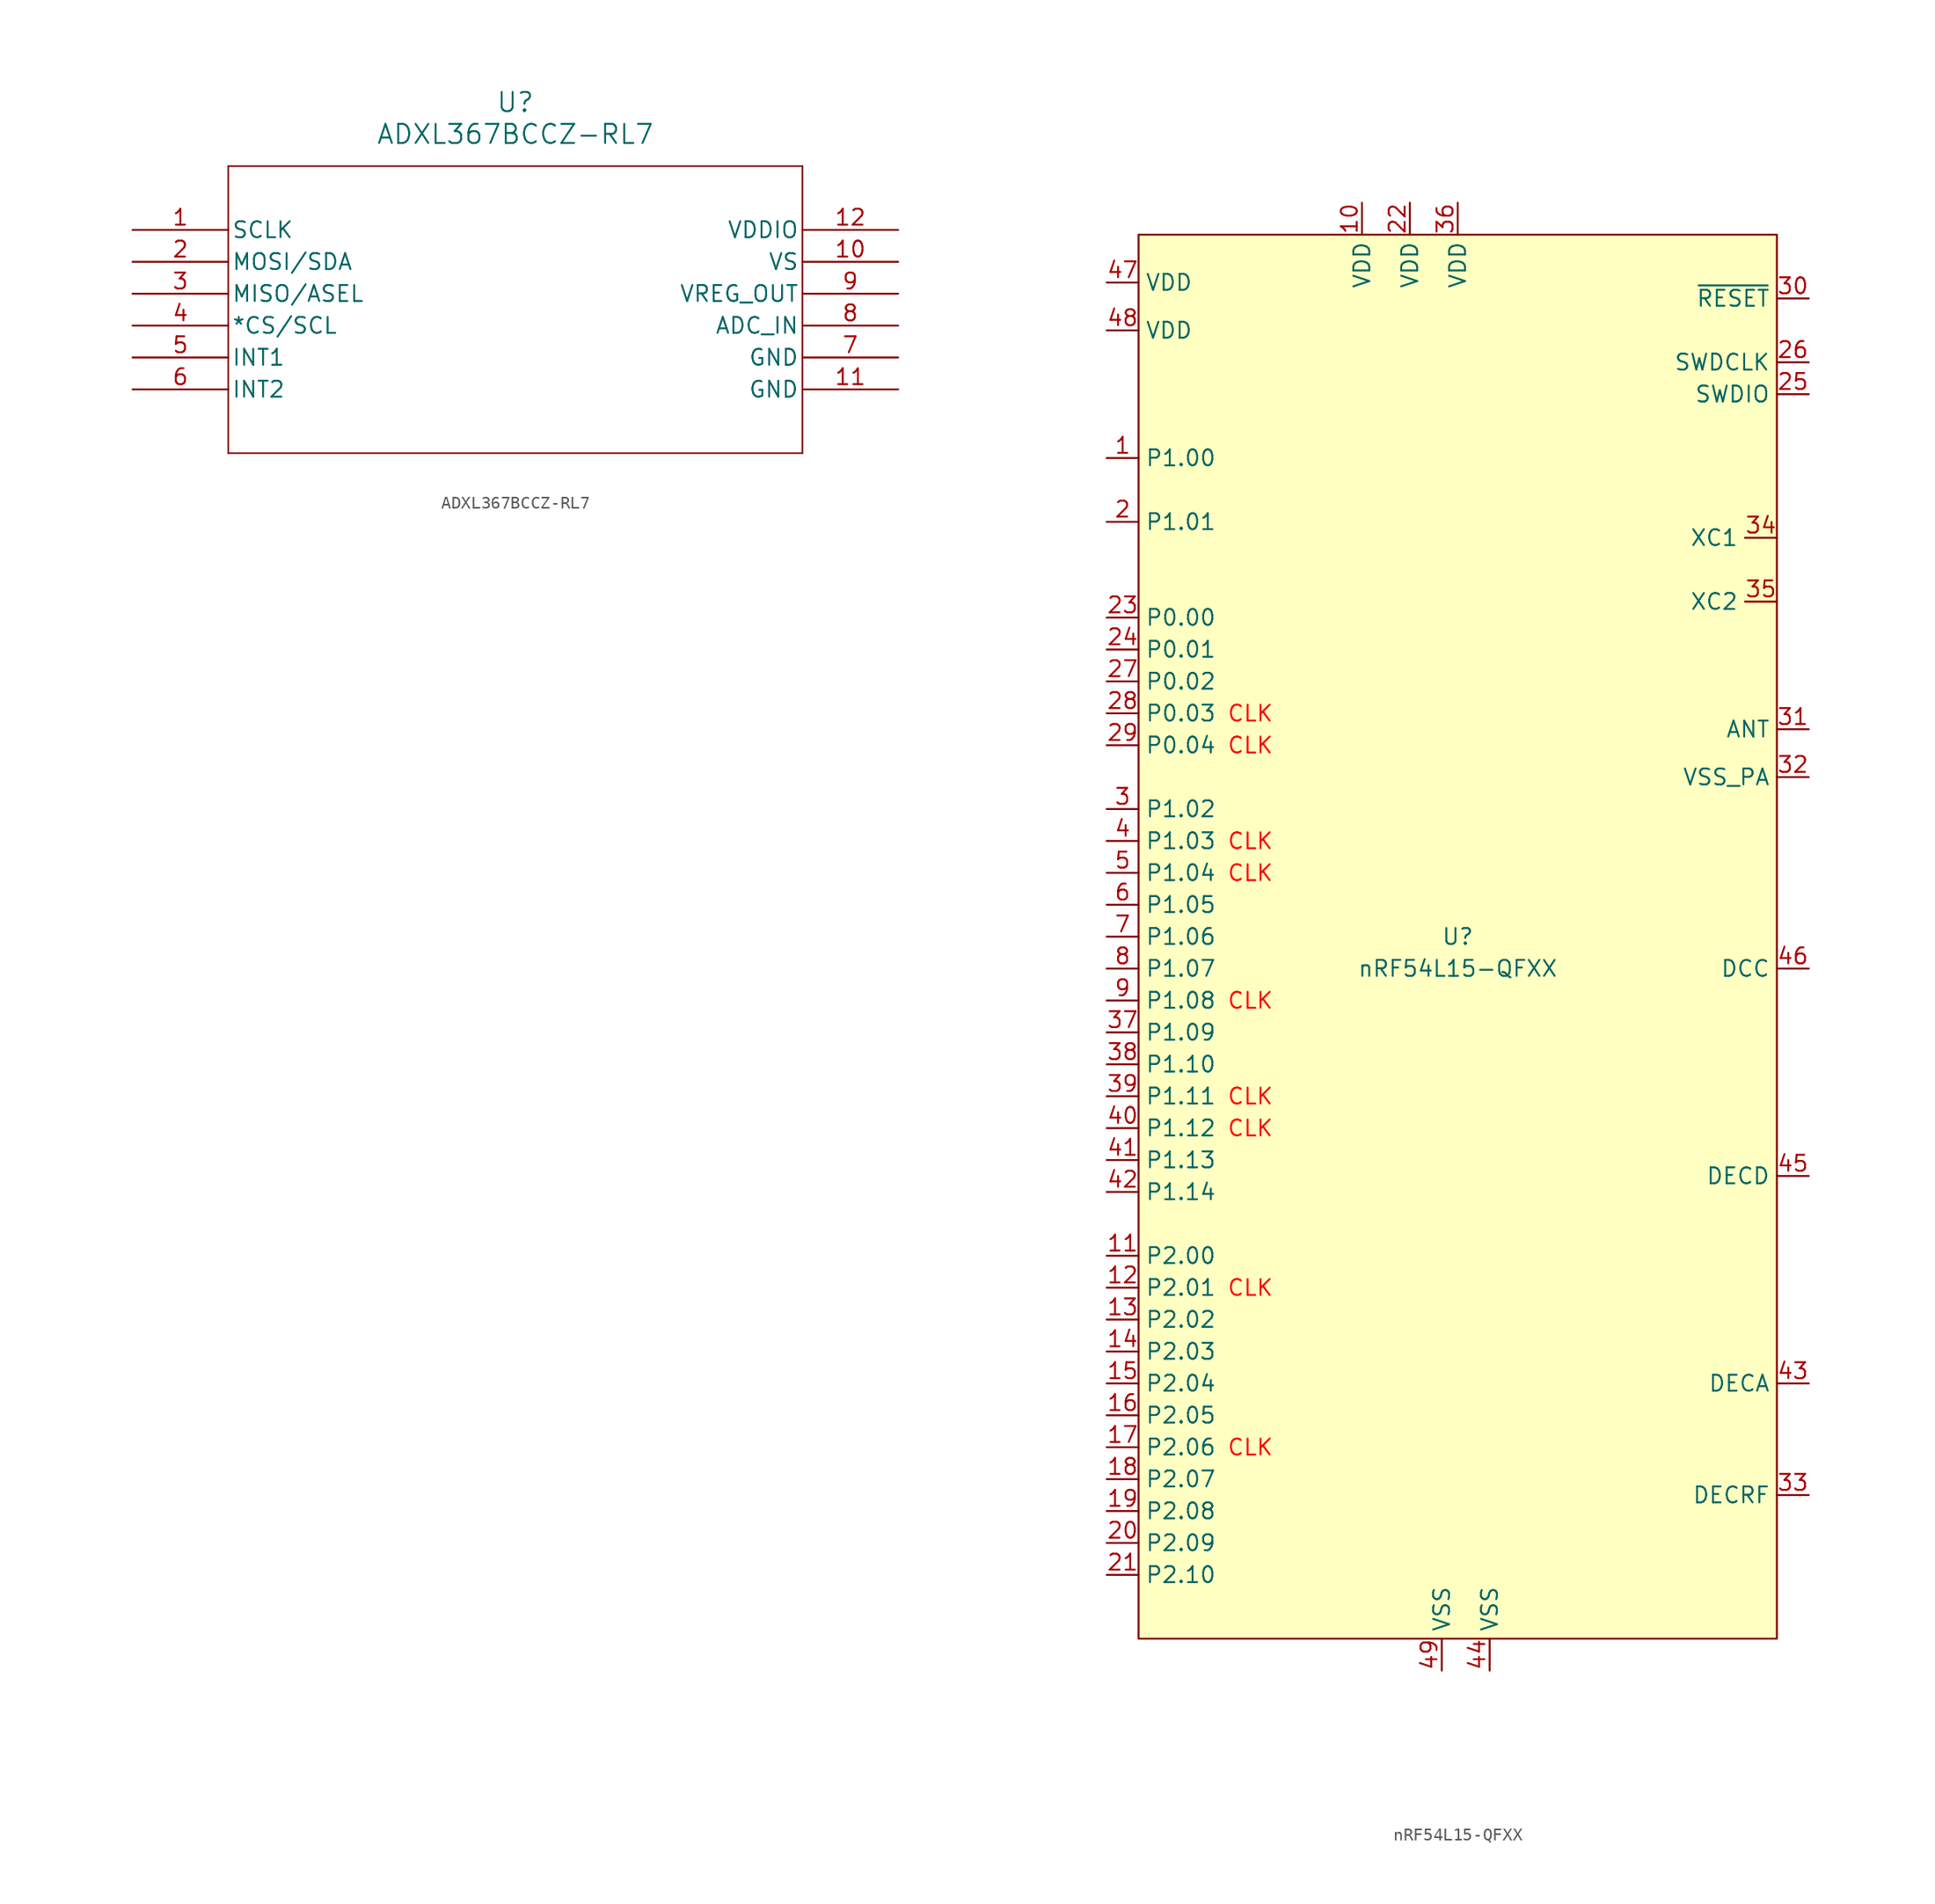
<source format=kicad_sym>
(kicad_symbol_lib
  (version 20231120)
  (generator "kicad_symbol_editor")
  (generator_version "8.0")
  (symbol "ADXL367BCCZ-RL7"
    (pin_names
      (offset 0.254))
    (property "Reference" "U"
      (at 30.48 10.16 0)
      (effects (font (size 1.524 1.524))))
    (property "Value" "ADXL367BCCZ-RL7"
      (at 30.48 7.62 0)
      (effects (font (size 1.524 1.524))))
    (property "ki_locked" ""
      (at 0 0 0)
      (effects (font (size 1.27 1.27))))
    (symbol "ADXL367BCCZ-RL7_0_1"
      (polyline (pts (xy 7.62 -17.78) (xy 53.34 -17.78)) (stroke (width 0.127) (type default)) (fill (type none)))
      (polyline (pts (xy 7.62 5.08) (xy 7.62 -17.78)) (stroke (width 0.127) (type default)) (fill (type none)))
      (polyline (pts (xy 53.34 -17.78) (xy 53.34 5.08)) (stroke (width 0.127) (type default)) (fill (type none)))
      (polyline (pts (xy 53.34 5.08) (xy 7.62 5.08)) (stroke (width 0.127) (type default)) (fill (type none)))
      (pin input line (at 0 0 0) (length 7.62) (name "SCLK" (effects (font (size 1.27 1.27)))) (number "1" (effects (font (size 1.27 1.27)))))
      (pin power_in line (at 60.96 -2.54 180) (length 7.62) (name "VS" (effects (font (size 1.27 1.27)))) (number "10" (effects (font (size 1.27 1.27)))))
      (pin power_out line (at 60.96 -12.7 180) (length 7.62) (name "GND" (effects (font (size 1.27 1.27)))) (number "11" (effects (font (size 1.27 1.27)))))
      (pin power_in line (at 60.96 0 180) (length 7.62) (name "VDDIO" (effects (font (size 1.27 1.27)))) (number "12" (effects (font (size 1.27 1.27)))))
      (pin output line (at 0 -2.54 0) (length 7.62) (name "MOSI/SDA" (effects (font (size 1.27 1.27)))) (number "2" (effects (font (size 1.27 1.27)))))
      (pin input line (at 0 -5.08 0) (length 7.62) (name "MISO/ASEL" (effects (font (size 1.27 1.27)))) (number "3" (effects (font (size 1.27 1.27)))))
      (pin input line (at 0 -7.62 0) (length 7.62) (name "*CS/SCL" (effects (font (size 1.27 1.27)))) (number "4" (effects (font (size 1.27 1.27)))))
      (pin output line (at 0 -10.16 0) (length 7.62) (name "INT1" (effects (font (size 1.27 1.27)))) (number "5" (effects (font (size 1.27 1.27)))))
      (pin output line (at 0 -12.7 0) (length 7.62) (name "INT2" (effects (font (size 1.27 1.27)))) (number "6" (effects (font (size 1.27 1.27)))))
      (pin power_out line (at 60.96 -10.16 180) (length 7.62) (name "GND" (effects (font (size 1.27 1.27)))) (number "7" (effects (font (size 1.27 1.27)))))
      (pin input line (at 60.96 -7.62 180) (length 7.62) (name "ADC_IN" (effects (font (size 1.27 1.27)))) (number "8" (effects (font (size 1.27 1.27)))))
      (pin output line (at 60.96 -5.08 180) (length 7.62) (name "VREG_OUT" (effects (font (size 1.27 1.27)))) (number "9" (effects (font (size 1.27 1.27)))))))
  (symbol "nRF54L15-QFXX"
    (property "Reference" "U"
      (at 0 0 0)
      (do_not_autoplace)
      (effects (font (size 1.27 1.27))))
    (property "Value" "nRF54L15-QFXX"
      (at 0 -2.54 0)
      (do_not_autoplace)
      (effects (font (size 1.27 1.27))))
    (symbol "nRF54L15-QFXX_0_0"
      (pin bidirectional line (at -27.94 25.4 0) (length 2.54) (name "P0.00" (effects (font (size 1.27 1.27)))) (number "23" (effects (font (size 1.27 1.27)))))
      (pin bidirectional line (at -27.94 22.86 0) (length 2.54) (name "P0.01" (effects (font (size 1.27 1.27)))) (number "24" (effects (font (size 1.27 1.27)))))
      (pin bidirectional line (at 27.94 43.18 180) (length 2.54) (name "SWDIO" (effects (font (size 1.27 1.27)))) (number "25" (effects (font (size 1.27 1.27)))))
      (pin bidirectional line (at -27.94 20.32 0) (length 2.54) (name "P0.02" (effects (font (size 1.27 1.27)))) (number "27" (effects (font (size 1.27 1.27)))))
      (pin input line (at 27.94 50.8 180) (length 2.54) (name "~{RESET}" (effects (font (size 1.27 1.27)))) (number "30" (effects (font (size 1.27 1.27)))))
      (pin output line (at 27.94 16.51 180) (length 2.54) (name "ANT" (effects (font (size 1.27 1.27)))) (number "31" (effects (font (size 1.27 1.27)))))
      (pin passive line (at 27.94 -44.45 180) (length 2.54) (name "DECRF" (effects (font (size 1.27 1.27)))) (number "33" (effects (font (size 1.27 1.27)))))
      (pin bidirectional line (at 25.4 31.75 180) (length 2.54) (name "XC1" (effects (font (size 1.27 1.27)))) (number "34" (effects (font (size 1.27 1.27)))))
      (pin bidirectional line (at 25.4 26.67 180) (length 2.54) (name "XC2" (effects (font (size 1.27 1.27)))) (number "35" (effects (font (size 1.27 1.27)))))
      (pin passive line (at 27.94 -35.56 180) (length 2.54) (name "DECA" (effects (font (size 1.27 1.27)))) (number "43" (effects (font (size 1.27 1.27)))))
      (pin power_in line (at 2.54 -58.42 90) (length 2.54) (name "VSS" (effects (font (size 1.27 1.27)))) (number "44" (effects (font (size 1.27 1.27)))))
      (pin passive line (at 27.94 -19.05 180) (length 2.54) (name "DECD" (effects (font (size 1.27 1.27)))) (number "45" (effects (font (size 1.27 1.27)))))
      (pin power_out line (at 27.94 -2.54 180) (length 2.54) (name "DCC" (effects (font (size 1.27 1.27)))) (number "46" (effects (font (size 1.27 1.27))))))
    (symbol "nRF54L15-QFXX_1_0"
      (pin bidirectional line (at -27.94 38.1 0) (length 2.54) (name "P1.00" (effects (font (size 1.27 1.27)))) (number "1" (effects (font (size 1.27 1.27)))) (alternate "XL1" bidirectional line))
      (pin power_in line (at -7.62 58.42 270) (length 2.54) (name "VDD" (effects (font (size 1.27 1.27)))) (number "10" (effects (font (size 1.27 1.27)))))
      (pin bidirectional line (at -27.94 -25.4 0) (length 2.54) (name "P2.00" (effects (font (size 1.27 1.27)))) (number "11" (effects (font (size 1.27 1.27)))) (alternate "QSPI_D3" bidirectional line) (alternate "SPIM_DCX" output line) (alternate "UARTE_RXD" input line))
      (pin bidirectional line (at -27.94 -27.94 0) (length 2.54) (name "P2.01" (effects (font (size 1.27 1.27)))) (number "12" (effects (font (size 1.27 1.27)))) (alternate "QSPI_SCK" output line) (alternate "SPIM_SCK" output line) (alternate "SPIS_SCK" output line))
      (pin bidirectional line (at -27.94 -30.48 0) (length 2.54) (name "P2.02" (effects (font (size 1.27 1.27)))) (number "13" (effects (font (size 1.27 1.27)))) (alternate "QSPI_D0" bidirectional line) (alternate "SPIM_MOSI" output line) (alternate "SPIS_MISO" output line) (alternate "SWO" output line) (alternate "UARTE_TXD" output line))
      (pin bidirectional line (at -27.94 -33.02 0) (length 2.54) (name "P2.03" (effects (font (size 1.27 1.27)))) (number "14" (effects (font (size 1.27 1.27)))) (alternate "QSPI_D2" bidirectional line))
      (pin bidirectional line (at -27.94 -35.56 0) (length 2.54) (name "P2.04" (effects (font (size 1.27 1.27)))) (number "15" (effects (font (size 1.27 1.27)))) (alternate "QSPI_D1" bidirectional line) (alternate "SPIM_MISO" input line) (alternate "SPIS_MOSI" input line) (alternate "UARTE_CTS" input line))
      (pin bidirectional line (at -27.94 -38.1 0) (length 2.54) (name "P2.05" (effects (font (size 1.27 1.27)))) (number "16" (effects (font (size 1.27 1.27)))) (alternate "QSPI_CS" output line) (alternate "SPIM_CS" output line) (alternate "UARTE_RTS" output line))
      (pin bidirectional line (at -27.94 -40.64 0) (length 2.54) (name "P2.06" (effects (font (size 1.27 1.27)))) (number "17" (effects (font (size 1.27 1.27)))) (alternate "SPIM_SCK" output line) (alternate "SPIS_SCK" input line) (alternate "TRACE_CLK" input line))
      (pin bidirectional line (at -27.94 -43.18 0) (length 2.54) (name "P2.07" (effects (font (size 1.27 1.27)))) (number "18" (effects (font (size 1.27 1.27)))) (alternate "SPIM_DCX" output line) (alternate "SWO" output line) (alternate "TRACEDATA[0]" output line) (alternate "UARTE_RXD" input line))
      (pin bidirectional line (at -27.94 -45.72 0) (length 2.54) (name "P2.08" (effects (font (size 1.27 1.27)))) (number "19" (effects (font (size 1.27 1.27)))) (alternate "SPIM_MOSI" output line) (alternate "SPIS_MISO" input line) (alternate "TRACEDATA[1]" output line) (alternate "UARTE_TXD" output line))
      (pin bidirectional line (at -27.94 33.02 0) (length 2.54) (name "P1.01" (effects (font (size 1.27 1.27)))) (number "2" (effects (font (size 1.27 1.27)))) (alternate "XL2" bidirectional line))
      (pin bidirectional line (at -27.94 -48.26 0) (length 2.54) (name "P2.09" (effects (font (size 1.27 1.27)))) (number "20" (effects (font (size 1.27 1.27)))) (alternate "SPIM_MISO" input line) (alternate "SPIS_MOSI" input line) (alternate "TRACEDATA[2]" output line) (alternate "UARTE_CTS" input line))
      (pin bidirectional line (at -27.94 -50.8 0) (length 2.54) (name "P2.10" (effects (font (size 1.27 1.27)))) (number "21" (effects (font (size 1.27 1.27)))) (alternate "SPIM_CS" output line) (alternate "TRACEDATA[3]" output line) (alternate "UARTE_RTS" output line))
      (pin power_in line (at -3.81 58.42 270) (length 2.54) (name "VDD" (effects (font (size 1.27 1.27)))) (number "22" (effects (font (size 1.27 1.27)))))
      (pin input line (at 27.94 45.72 180) (length 2.54) (name "SWDCLK" (effects (font (size 1.27 1.27)))) (number "26" (effects (font (size 1.27 1.27)))))
      (pin bidirectional line (at -27.94 17.78 0) (length 2.54) (name "P0.03" (effects (font (size 1.27 1.27)))) (number "28" (effects (font (size 1.27 1.27)))) (alternate "GRTCPWM" output line))
      (pin bidirectional line (at -27.94 15.24 0) (length 2.54) (name "P0.04" (effects (font (size 1.27 1.27)))) (number "29" (effects (font (size 1.27 1.27)))) (alternate "GRTCLFCLKOUT" output line))
      (pin bidirectional line (at -27.94 10.16 0) (length 2.54) (name "P1.02" (effects (font (size 1.27 1.27)))) (number "3" (effects (font (size 1.27 1.27)))) (alternate "NFC1" bidirectional line))
      (pin power_in line (at 27.94 12.7 180) (length 2.54) (name "VSS_PA" (effects (font (size 1.27 1.27)))) (number "32" (effects (font (size 1.27 1.27)))))
      (pin power_in line (at 0 58.42 270) (length 2.54) (name "VDD" (effects (font (size 1.27 1.27)))) (number "36" (effects (font (size 1.27 1.27)))))
      (pin bidirectional line (at -27.94 -7.62 0) (length 2.54) (name "P1.09" (effects (font (size 1.27 1.27)))) (number "37" (effects (font (size 1.27 1.27)))) (alternate "ASO[2]" output line))
      (pin bidirectional line (at -27.94 -10.16 0) (length 2.54) (name "P1.10" (effects (font (size 1.27 1.27)))) (number "38" (effects (font (size 1.27 1.27)))) (alternate "ASI[2]" input line))
      (pin bidirectional line (at -27.94 -12.7 0) (length 2.54) (name "P1.11" (effects (font (size 1.27 1.27)))) (number "39" (effects (font (size 1.27 1.27)))) (alternate "AIN4" input line) (alternate "ASO[3]" output line))
      (pin bidirectional line (at -27.94 7.62 0) (length 2.54) (name "P1.03" (effects (font (size 1.27 1.27)))) (number "4" (effects (font (size 1.27 1.27)))) (alternate "NFC2" bidirectional line))
      (pin bidirectional line (at -27.94 -15.24 0) (length 2.54) (name "P1.12" (effects (font (size 1.27 1.27)))) (number "40" (effects (font (size 1.27 1.27)))) (alternate "AIN5" input line) (alternate "ASI[3]" input line))
      (pin bidirectional line (at -27.94 -17.78 0) (length 2.54) (name "P1.13" (effects (font (size 1.27 1.27)))) (number "41" (effects (font (size 1.27 1.27)))) (alternate "AIN6" input line))
      (pin bidirectional line (at -27.94 -20.32 0) (length 2.54) (name "P1.14" (effects (font (size 1.27 1.27)))) (number "42" (effects (font (size 1.27 1.27)))) (alternate "AIN7" input line))
      (pin power_in line (at -1.27 -58.42 90) (length 2.54) (name "VSS" (effects (font (size 1.27 1.27)))) (number "49" (effects (font (size 1.27 1.27)))))
      (pin bidirectional line (at -27.94 5.08 0) (length 2.54) (name "P1.04" (effects (font (size 1.27 1.27)))) (number "5" (effects (font (size 1.27 1.27)))) (alternate "AIN0" input line) (alternate "ASO[0]" output line))
      (pin bidirectional line (at -27.94 2.54 0) (length 2.54) (name "P1.05" (effects (font (size 1.27 1.27)))) (number "6" (effects (font (size 1.27 1.27)))) (alternate "AIN1" bidirectional line) (alternate "ASI[0]" input line))
      (pin bidirectional line (at -27.94 0 0) (length 2.54) (name "P1.06" (effects (font (size 1.27 1.27)))) (number "7" (effects (font (size 1.27 1.27)))) (alternate "AIN2" input line) (alternate "ASO[1]" output line))
      (pin bidirectional line (at -27.94 -2.54 0) (length 2.54) (name "P1.07" (effects (font (size 1.27 1.27)))) (number "8" (effects (font (size 1.27 1.27)))) (alternate "AIN3" input line) (alternate "ASI[1]" input line))
      (pin bidirectional line (at -27.94 -5.08 0) (length 2.54) (name "P1.08" (effects (font (size 1.27 1.27)))) (number "9" (effects (font (size 1.27 1.27)))) (alternate "EXTREF" input line) (alternate "GRTCHFOUT" output line) (alternate "TAMPC.EXT" bidirectional line)))
    (symbol "nRF54L15-QFXX_1_1"
      (rectangle (start -25.4 55.88) (end 25.4 -55.88) (stroke (width 0) (type default)) (fill (type background)))
      (text "CLK" (at -16.51 -40.64 0) (effects (font (size 1.27 1.27) (color 255 0 0 1))))
      (text "CLK" (at -16.51 -27.94 0) (effects (font (size 1.27 1.27) (color 255 0 0 1))))
      (text "CLK" (at -16.51 -15.24 0) (effects (font (size 1.27 1.27) (color 255 0 0 1))))
      (text "CLK" (at -16.51 -12.7 0) (effects (font (size 1.27 1.27) (color 255 0 0 1))))
      (text "CLK" (at -16.51 -5.08 0) (effects (font (size 1.27 1.27) (color 255 0 0 1))))
      (text "CLK" (at -16.51 5.08 0) (effects (font (size 1.27 1.27) (color 255 0 0 1))))
      (text "CLK" (at -16.51 7.62 0) (effects (font (size 1.27 1.27) (color 255 0 0 1))))
      (text "CLK" (at -16.51 15.24 0) (effects (font (size 1.27 1.27) (color 255 0 0 1))))
      (text "CLK" (at -16.51 17.78 0) (effects (font (size 1.27 1.27) (color 255 0 0 1))))
      (pin power_in line (at -27.94 52.07 0) (length 2.54) (name "VDD" (effects (font (size 1.27 1.27)))) (number "47" (effects (font (size 1.27 1.27)))))
      (pin power_in line (at -27.94 48.26 0) (length 2.54) (name "VDD" (effects (font (size 1.27 1.27)))) (number "48" (effects (font (size 1.27 1.27))))))))
</source>
